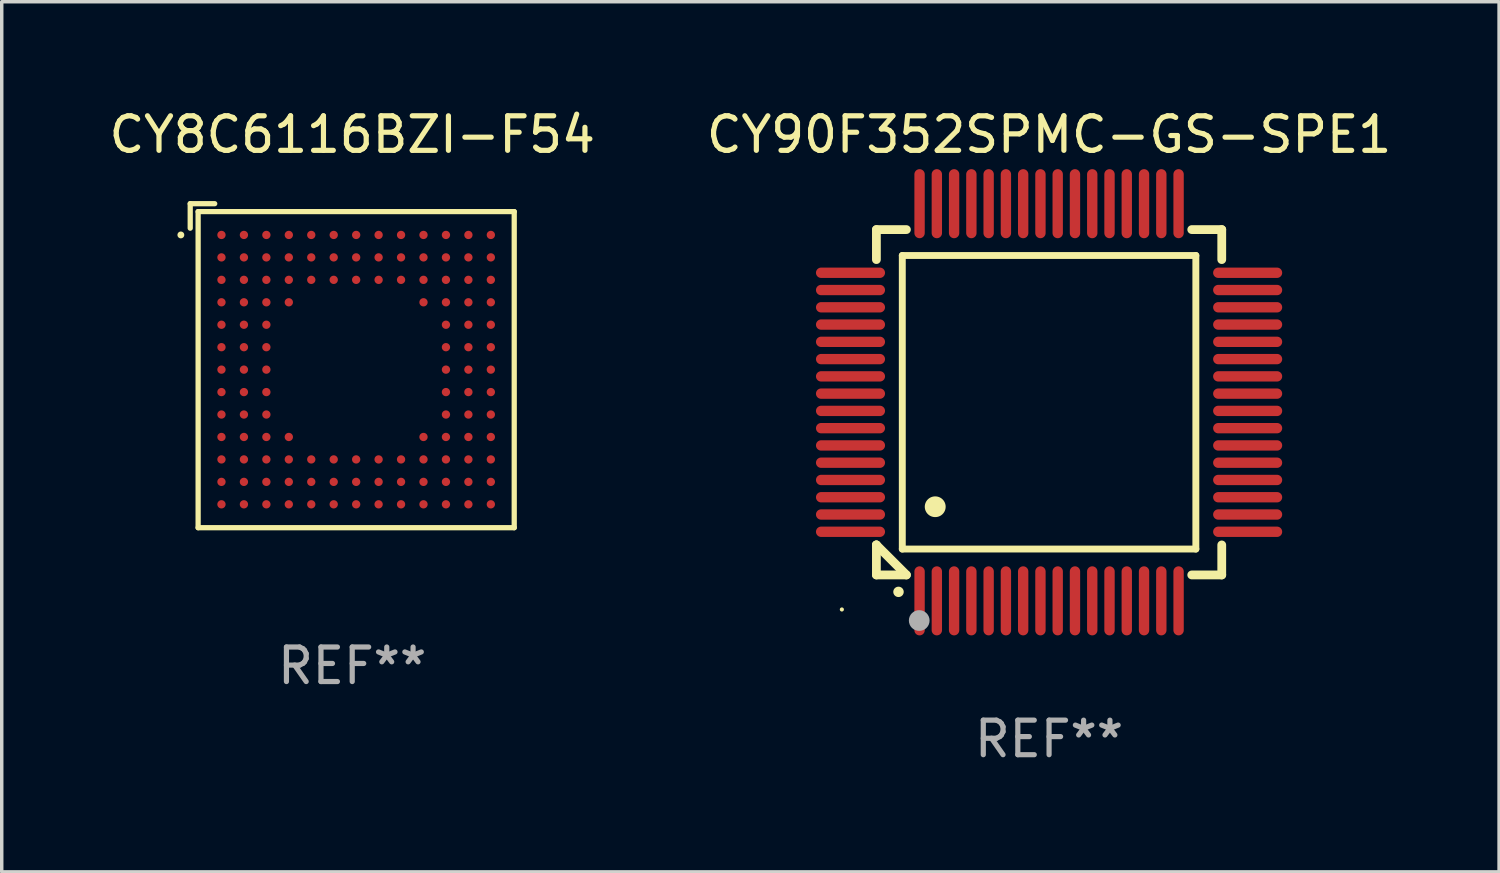
<source format=kicad_pcb>
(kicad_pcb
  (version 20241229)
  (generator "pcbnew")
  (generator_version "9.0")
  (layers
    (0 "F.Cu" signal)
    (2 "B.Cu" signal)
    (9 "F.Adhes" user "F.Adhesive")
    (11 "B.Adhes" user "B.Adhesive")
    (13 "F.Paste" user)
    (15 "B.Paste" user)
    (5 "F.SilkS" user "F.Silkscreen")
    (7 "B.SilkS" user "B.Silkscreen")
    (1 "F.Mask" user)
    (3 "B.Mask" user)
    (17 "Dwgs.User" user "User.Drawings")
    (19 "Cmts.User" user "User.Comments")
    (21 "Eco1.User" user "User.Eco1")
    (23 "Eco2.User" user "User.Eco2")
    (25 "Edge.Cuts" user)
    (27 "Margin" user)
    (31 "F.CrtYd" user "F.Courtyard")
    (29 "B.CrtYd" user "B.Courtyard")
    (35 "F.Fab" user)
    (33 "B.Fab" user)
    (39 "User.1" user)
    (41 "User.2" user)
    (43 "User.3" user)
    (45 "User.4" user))
  (footprint "CY90F352SPMC-GS-SPE1"
    (layer "F.Cu")
    (at 27.327 8.598)
    (property "Reference" "CY90F352SPMC-GS-SPE1" (at 0 -7.75 0) (layer "F.SilkS") (effects (font (size 1 1) (thickness 0.15))))
    (attr through_hole)
    (fp_line (start -5 -5) (end -4.131 -5) (stroke (width 0.254) (type solid)) (layer "F.SilkS"))
    (fp_line (start -5 -4.131) (end -5 -5) (stroke (width 0.254) (type solid)) (layer "F.SilkS"))
    (fp_line (start -5 4.131) (end -5 4.131) (stroke (width 0.254) (type solid)) (layer "F.SilkS"))
    (fp_line (start -5 5) (end -5 4.131) (stroke (width 0.254) (type solid)) (layer "F.SilkS"))
    (fp_line (start -5 4.131) (end -4.131 5) (stroke (width 0.254) (type solid)) (layer "F.SilkS"))
    (fp_line (start -4.25 -4.25) (end -4.25 4.25) (stroke (width 0.2) (type solid)) (layer "F.SilkS"))
    (fp_line (start -4.25 4.25) (end 4.25 4.25) (stroke (width 0.2) (type solid)) (layer "F.SilkS"))
    (fp_line (start -4.131 5) (end -5 5) (stroke (width 0.254) (type solid)) (layer "F.SilkS"))
    (fp_line (start 4.25 -4.25) (end -4.25 -4.25) (stroke (width 0.2) (type solid)) (layer "F.SilkS"))
    (fp_line (start 4.25 4.25) (end 4.25 -4.25) (stroke (width 0.2) (type solid)) (layer "F.SilkS"))
    (fp_line (start 5 -5) (end 4.131 -5) (stroke (width 0.254) (type solid)) (layer "F.SilkS"))
    (fp_line (start 5 -5) (end 5 -4.131) (stroke (width 0.254) (type solid)) (layer "F.SilkS"))
    (fp_line (start 5 4.131) (end 5 5) (stroke (width 0.254) (type solid)) (layer "F.SilkS"))
    (fp_line (start 5 5) (end 4.131 5) (stroke (width 0.254) (type solid)) (layer "F.SilkS"))
    (fp_arc (start -4.361265 5.489992) (mid -4.359995 5.489987) (end -4.358725 5.489992) (stroke (width 0.3) (type solid)) (layer "F.SilkS"))
    (fp_arc (start -3.299467 3.025146) (mid -3.296927 3.025135) (end -3.294387 3.025146) (stroke (width 0.6) (type solid)) (layer "F.SilkS"))
    (fp_circle (center -6 6) (end -5.97 6) (stroke (width 0.06) (type solid)) (fill no) (layer "F.SilkS"))
    (fp_circle (center -3.76 6.32) (end -3.61 6.32) (stroke (width 0.3) (type solid)) (fill no) (layer "F.Fab"))
    (fp_text user "REF**" (at 0 9.75 0) (layer "F.Fab") (effects (font (size 1 1) (thickness 0.15))))
    (pad "1" smd oval (at -3.75 5.75) (size 0.3 2) (layers "F.Cu" "F.Mask" "F.Paste"))
    (pad "2" smd oval (at -3.25 5.75) (size 0.3 2) (layers "F.Cu" "F.Mask" "F.Paste"))
    (pad "3" smd oval (at -2.75 5.75) (size 0.3 2) (layers "F.Cu" "F.Mask" "F.Paste"))
    (pad "4" smd oval (at -2.25 5.75) (size 0.3 2) (layers "F.Cu" "F.Mask" "F.Paste"))
    (pad "5" smd oval (at -1.75 5.75) (size 0.3 2) (layers "F.Cu" "F.Mask" "F.Paste"))
    (pad "6" smd oval (at -1.25 5.75) (size 0.3 2) (layers "F.Cu" "F.Mask" "F.Paste"))
    (pad "7" smd oval (at -0.75 5.75) (size 0.3 2) (layers "F.Cu" "F.Mask" "F.Paste"))
    (pad "8" smd oval (at -0.25 5.75) (size 0.3 2) (layers "F.Cu" "F.Mask" "F.Paste"))
    (pad "9" smd oval (at 0.25 5.75) (size 0.3 2) (layers "F.Cu" "F.Mask" "F.Paste"))
    (pad "10" smd oval (at 0.75 5.75) (size 0.3 2) (layers "F.Cu" "F.Mask" "F.Paste"))
    (pad "11" smd oval (at 1.25 5.75) (size 0.3 2) (layers "F.Cu" "F.Mask" "F.Paste"))
    (pad "12" smd oval (at 1.75 5.75) (size 0.3 2) (layers "F.Cu" "F.Mask" "F.Paste"))
    (pad "13" smd oval (at 2.25 5.75) (size 0.3 2) (layers "F.Cu" "F.Mask" "F.Paste"))
    (pad "14" smd oval (at 2.75 5.75) (size 0.3 2) (layers "F.Cu" "F.Mask" "F.Paste"))
    (pad "15" smd oval (at 3.25 5.75) (size 0.3 2) (layers "F.Cu" "F.Mask" "F.Paste"))
    (pad "16" smd oval (at 3.75 5.75) (size 0.3 2) (layers "F.Cu" "F.Mask" "F.Paste"))
    (pad "17" smd oval (at 5.75 3.75) (size 2 0.3) (layers "F.Cu" "F.Mask" "F.Paste"))
    (pad "18" smd oval (at 5.75 3.25) (size 2 0.3) (layers "F.Cu" "F.Mask" "F.Paste"))
    (pad "19" smd oval (at 5.75 2.75) (size 2 0.3) (layers "F.Cu" "F.Mask" "F.Paste"))
    (pad "20" smd oval (at 5.75 2.25) (size 2 0.3) (layers "F.Cu" "F.Mask" "F.Paste"))
    (pad "21" smd oval (at 5.75 1.75) (size 2 0.3) (layers "F.Cu" "F.Mask" "F.Paste"))
    (pad "22" smd oval (at 5.75 1.25) (size 2 0.3) (layers "F.Cu" "F.Mask" "F.Paste"))
    (pad "23" smd oval (at 5.75 0.75) (size 2 0.3) (layers "F.Cu" "F.Mask" "F.Paste"))
    (pad "24" smd oval (at 5.75 0.25) (size 2 0.3) (layers "F.Cu" "F.Mask" "F.Paste"))
    (pad "25" smd oval (at 5.75 -0.25) (size 2 0.3) (layers "F.Cu" "F.Mask" "F.Paste"))
    (pad "26" smd oval (at 5.75 -0.75) (size 2 0.3) (layers "F.Cu" "F.Mask" "F.Paste"))
    (pad "27" smd oval (at 5.75 -1.25) (size 2 0.3) (layers "F.Cu" "F.Mask" "F.Paste"))
    (pad "28" smd oval (at 5.75 -1.75) (size 2 0.3) (layers "F.Cu" "F.Mask" "F.Paste"))
    (pad "29" smd oval (at 5.75 -2.25) (size 2 0.3) (layers "F.Cu" "F.Mask" "F.Paste"))
    (pad "30" smd oval (at 5.75 -2.75) (size 2 0.3) (layers "F.Cu" "F.Mask" "F.Paste"))
    (pad "31" smd oval (at 5.75 -3.25) (size 2 0.3) (layers "F.Cu" "F.Mask" "F.Paste"))
    (pad "32" smd oval (at 5.75 -3.75) (size 2 0.3) (layers "F.Cu" "F.Mask" "F.Paste"))
    (pad "33" smd oval (at 3.75 -5.75) (size 0.3 2) (layers "F.Cu" "F.Mask" "F.Paste"))
    (pad "34" smd oval (at 3.25 -5.75) (size 0.3 2) (layers "F.Cu" "F.Mask" "F.Paste"))
    (pad "35" smd oval (at 2.75 -5.75) (size 0.3 2) (layers "F.Cu" "F.Mask" "F.Paste"))
    (pad "36" smd oval (at 2.25 -5.75) (size 0.3 2) (layers "F.Cu" "F.Mask" "F.Paste"))
    (pad "37" smd oval (at 1.75 -5.75) (size 0.3 2) (layers "F.Cu" "F.Mask" "F.Paste"))
    (pad "38" smd oval (at 1.25 -5.75) (size 0.3 2) (layers "F.Cu" "F.Mask" "F.Paste"))
    (pad "39" smd oval (at 0.75 -5.75) (size 0.3 2) (layers "F.Cu" "F.Mask" "F.Paste"))
    (pad "40" smd oval (at 0.25 -5.75) (size 0.3 2) (layers "F.Cu" "F.Mask" "F.Paste"))
    (pad "41" smd oval (at -0.25 -5.75) (size 0.3 2) (layers "F.Cu" "F.Mask" "F.Paste"))
    (pad "42" smd oval (at -0.75 -5.75) (size 0.3 2) (layers "F.Cu" "F.Mask" "F.Paste"))
    (pad "43" smd oval (at -1.25 -5.75) (size 0.3 2) (layers "F.Cu" "F.Mask" "F.Paste"))
    (pad "44" smd oval (at -1.75 -5.75) (size 0.3 2) (layers "F.Cu" "F.Mask" "F.Paste"))
    (pad "45" smd oval (at -2.25 -5.75) (size 0.3 2) (layers "F.Cu" "F.Mask" "F.Paste"))
    (pad "46" smd oval (at -2.75 -5.75) (size 0.3 2) (layers "F.Cu" "F.Mask" "F.Paste"))
    (pad "47" smd oval (at -3.25 -5.75) (size 0.3 2) (layers "F.Cu" "F.Mask" "F.Paste"))
    (pad "48" smd oval (at -3.75 -5.75) (size 0.3 2) (layers "F.Cu" "F.Mask" "F.Paste"))
    (pad "49" smd oval (at -5.75 -3.75) (size 2 0.3) (layers "F.Cu" "F.Mask" "F.Paste"))
    (pad "50" smd oval (at -5.75 -3.25) (size 2 0.3) (layers "F.Cu" "F.Mask" "F.Paste"))
    (pad "51" smd oval (at -5.75 -2.75) (size 2 0.3) (layers "F.Cu" "F.Mask" "F.Paste"))
    (pad "52" smd oval (at -5.75 -2.25) (size 2 0.3) (layers "F.Cu" "F.Mask" "F.Paste"))
    (pad "53" smd oval (at -5.75 -1.75) (size 2 0.3) (layers "F.Cu" "F.Mask" "F.Paste"))
    (pad "54" smd oval (at -5.75 -1.25) (size 2 0.3) (layers "F.Cu" "F.Mask" "F.Paste"))
    (pad "55" smd oval (at -5.75 -0.75) (size 2 0.3) (layers "F.Cu" "F.Mask" "F.Paste"))
    (pad "56" smd oval (at -5.75 -0.25) (size 2 0.3) (layers "F.Cu" "F.Mask" "F.Paste"))
    (pad "57" smd oval (at -5.75 0.25) (size 2 0.3) (layers "F.Cu" "F.Mask" "F.Paste"))
    (pad "58" smd oval (at -5.75 0.75) (size 2 0.3) (layers "F.Cu" "F.Mask" "F.Paste"))
    (pad "59" smd oval (at -5.75 1.25) (size 2 0.3) (layers "F.Cu" "F.Mask" "F.Paste"))
    (pad "60" smd oval (at -5.75 1.75) (size 2 0.3) (layers "F.Cu" "F.Mask" "F.Paste"))
    (pad "61" smd oval (at -5.75 2.25) (size 2 0.3) (layers "F.Cu" "F.Mask" "F.Paste"))
    (pad "62" smd oval (at -5.75 2.75) (size 2 0.3) (layers "F.Cu" "F.Mask" "F.Paste"))
    (pad "63" smd oval (at -5.75 3.25) (size 2 0.3) (layers "F.Cu" "F.Mask" "F.Paste"))
    (pad "64" smd oval (at -5.75 3.75) (size 2 0.3) (layers "F.Cu" "F.Mask" "F.Paste")))
  (footprint "CY8C6116BZI-F54"
    (layer "F.Cu")
    (at 7.149 7.539)
    (property "Reference" "CY8C6116BZI-F54" (at 0 -6.691 0) (layer "F.SilkS") (effects (font (size 1 1) (thickness 0.15))))
    (attr through_hole)
    (fp_line (start -4.691 -4.691) (end -3.982 -4.691) (stroke (width 0.152) (type solid)) (layer "F.SilkS"))
    (fp_line (start -4.691 -3.982) (end -4.691 -4.691) (stroke (width 0.152) (type solid)) (layer "F.SilkS"))
    (fp_line (start -4.462 -4.462) (end 4.691 -4.462) (stroke (width 0.152) (type solid)) (layer "F.SilkS"))
    (fp_line (start -4.462 4.691) (end -4.462 -4.462) (stroke (width 0.152) (type solid)) (layer "F.SilkS"))
    (fp_line (start 4.691 -4.462) (end 4.691 4.691) (stroke (width 0.152) (type solid)) (layer "F.SilkS"))
    (fp_line (start 4.691 4.691) (end -4.462 4.691) (stroke (width 0.152) (type solid)) (layer "F.SilkS"))
    (fp_circle (center -4.962 -3.786) (end -4.912 -3.786) (stroke (width 0.1) (type solid)) (fill no) (layer "F.SilkS"))
    (fp_text user "REF**" (at 0 8.691 0) (layer "F.Fab") (effects (font (size 1 1) (thickness 0.15))))
    (pad "A1" smd circle (at -3.786 -3.786) (size 0.24 0.24) (layers "F.Cu" "F.Mask" "F.Paste"))
    (pad "A2" smd circle (at -3.136 -3.786) (size 0.24 0.24) (layers "F.Cu" "F.Mask" "F.Paste"))
    (pad "A3" smd circle (at -2.486 -3.786) (size 0.24 0.24) (layers "F.Cu" "F.Mask" "F.Paste"))
    (pad "A4" smd circle (at -1.836 -3.786) (size 0.24 0.24) (layers "F.Cu" "F.Mask" "F.Paste"))
    (pad "A5" smd circle (at -1.186 -3.786) (size 0.24 0.24) (layers "F.Cu" "F.Mask" "F.Paste"))
    (pad "A6" smd circle (at -0.536 -3.786) (size 0.24 0.24) (layers "F.Cu" "F.Mask" "F.Paste"))
    (pad "A7" smd circle (at 0.114 -3.786) (size 0.24 0.24) (layers "F.Cu" "F.Mask" "F.Paste"))
    (pad "A8" smd circle (at 0.764 -3.786) (size 0.24 0.24) (layers "F.Cu" "F.Mask" "F.Paste"))
    (pad "A9" smd circle (at 1.414 -3.786) (size 0.24 0.24) (layers "F.Cu" "F.Mask" "F.Paste"))
    (pad "A10" smd circle (at 2.064 -3.786) (size 0.24 0.24) (layers "F.Cu" "F.Mask" "F.Paste"))
    (pad "A11" smd circle (at 2.714 -3.786) (size 0.24 0.24) (layers "F.Cu" "F.Mask" "F.Paste"))
    (pad "A12" smd circle (at 3.364 -3.786) (size 0.24 0.24) (layers "F.Cu" "F.Mask" "F.Paste"))
    (pad "A13" smd circle (at 4.014 -3.786) (size 0.24 0.24) (layers "F.Cu" "F.Mask" "F.Paste"))
    (pad "B1" smd circle (at -3.786 -3.136) (size 0.24 0.24) (layers "F.Cu" "F.Mask" "F.Paste"))
    (pad "B2" smd circle (at -3.136 -3.136) (size 0.24 0.24) (layers "F.Cu" "F.Mask" "F.Paste"))
    (pad "B3" smd circle (at -2.486 -3.136) (size 0.24 0.24) (layers "F.Cu" "F.Mask" "F.Paste"))
    (pad "B4" smd circle (at -1.836 -3.136) (size 0.24 0.24) (layers "F.Cu" "F.Mask" "F.Paste"))
    (pad "B5" smd circle (at -1.186 -3.136) (size 0.24 0.24) (layers "F.Cu" "F.Mask" "F.Paste"))
    (pad "B6" smd circle (at -0.536 -3.136) (size 0.24 0.24) (layers "F.Cu" "F.Mask" "F.Paste"))
    (pad "B7" smd circle (at 0.114 -3.136) (size 0.24 0.24) (layers "F.Cu" "F.Mask" "F.Paste"))
    (pad "B8" smd circle (at 0.764 -3.136) (size 0.24 0.24) (layers "F.Cu" "F.Mask" "F.Paste"))
    (pad "B9" smd circle (at 1.414 -3.136) (size 0.24 0.24) (layers "F.Cu" "F.Mask" "F.Paste"))
    (pad "B10" smd circle (at 2.064 -3.136) (size 0.24 0.24) (layers "F.Cu" "F.Mask" "F.Paste"))
    (pad "B11" smd circle (at 2.714 -3.136) (size 0.24 0.24) (layers "F.Cu" "F.Mask" "F.Paste"))
    (pad "B12" smd circle (at 3.364 -3.136) (size 0.24 0.24) (layers "F.Cu" "F.Mask" "F.Paste"))
    (pad "B13" smd circle (at 4.014 -3.136) (size 0.24 0.24) (layers "F.Cu" "F.Mask" "F.Paste"))
    (pad "C1" smd circle (at -3.786 -2.486) (size 0.24 0.24) (layers "F.Cu" "F.Mask" "F.Paste"))
    (pad "C2" smd circle (at -3.136 -2.486) (size 0.24 0.24) (layers "F.Cu" "F.Mask" "F.Paste"))
    (pad "C3" smd circle (at -2.486 -2.486) (size 0.24 0.24) (layers "F.Cu" "F.Mask" "F.Paste"))
    (pad "C4" smd circle (at -1.836 -2.486) (size 0.24 0.24) (layers "F.Cu" "F.Mask" "F.Paste"))
    (pad "C5" smd circle (at -1.186 -2.486) (size 0.24 0.24) (layers "F.Cu" "F.Mask" "F.Paste"))
    (pad "C6" smd circle (at -0.536 -2.486) (size 0.24 0.24) (layers "F.Cu" "F.Mask" "F.Paste"))
    (pad "C7" smd circle (at 0.114 -2.486) (size 0.24 0.24) (layers "F.Cu" "F.Mask" "F.Paste"))
    (pad "C8" smd circle (at 0.764 -2.486) (size 0.24 0.24) (layers "F.Cu" "F.Mask" "F.Paste"))
    (pad "C9" smd circle (at 1.414 -2.486) (size 0.24 0.24) (layers "F.Cu" "F.Mask" "F.Paste"))
    (pad "C10" smd circle (at 2.064 -2.486) (size 0.24 0.24) (layers "F.Cu" "F.Mask" "F.Paste"))
    (pad "C11" smd circle (at 2.714 -2.486) (size 0.24 0.24) (layers "F.Cu" "F.Mask" "F.Paste"))
    (pad "C12" smd circle (at 3.364 -2.486) (size 0.24 0.24) (layers "F.Cu" "F.Mask" "F.Paste"))
    (pad "C13" smd circle (at 4.014 -2.486) (size 0.24 0.24) (layers "F.Cu" "F.Mask" "F.Paste"))
    (pad "D1" smd circle (at -3.786 -1.836) (size 0.24 0.24) (layers "F.Cu" "F.Mask" "F.Paste"))
    (pad "D2" smd circle (at -3.136 -1.836) (size 0.24 0.24) (layers "F.Cu" "F.Mask" "F.Paste"))
    (pad "D3" smd circle (at -2.486 -1.836) (size 0.24 0.24) (layers "F.Cu" "F.Mask" "F.Paste"))
    (pad "D4" smd circle (at -1.836 -1.836) (size 0.24 0.24) (layers "F.Cu" "F.Mask" "F.Paste"))
    (pad "D10" smd circle (at 2.064 -1.836) (size 0.24 0.24) (layers "F.Cu" "F.Mask" "F.Paste"))
    (pad "D11" smd circle (at 2.714 -1.836) (size 0.24 0.24) (layers "F.Cu" "F.Mask" "F.Paste"))
    (pad "D12" smd circle (at 3.364 -1.836) (size 0.24 0.24) (layers "F.Cu" "F.Mask" "F.Paste"))
    (pad "D13" smd circle (at 4.014 -1.836) (size 0.24 0.24) (layers "F.Cu" "F.Mask" "F.Paste"))
    (pad "E1" smd circle (at -3.786 -1.186) (size 0.24 0.24) (layers "F.Cu" "F.Mask" "F.Paste"))
    (pad "E2" smd circle (at -3.136 -1.186) (size 0.24 0.24) (layers "F.Cu" "F.Mask" "F.Paste"))
    (pad "E3" smd circle (at -2.486 -1.186) (size 0.24 0.24) (layers "F.Cu" "F.Mask" "F.Paste"))
    (pad "E11" smd circle (at 2.714 -1.186) (size 0.24 0.24) (layers "F.Cu" "F.Mask" "F.Paste"))
    (pad "E12" smd circle (at 3.364 -1.186) (size 0.24 0.24) (layers "F.Cu" "F.Mask" "F.Paste"))
    (pad "E13" smd circle (at 4.014 -1.186) (size 0.24 0.24) (layers "F.Cu" "F.Mask" "F.Paste"))
    (pad "F1" smd circle (at -3.786 -0.536) (size 0.24 0.24) (layers "F.Cu" "F.Mask" "F.Paste"))
    (pad "F2" smd circle (at -3.136 -0.536) (size 0.24 0.24) (layers "F.Cu" "F.Mask" "F.Paste"))
    (pad "F3" smd circle (at -2.486 -0.536) (size 0.24 0.24) (layers "F.Cu" "F.Mask" "F.Paste"))
    (pad "F11" smd circle (at 2.714 -0.536) (size 0.24 0.24) (layers "F.Cu" "F.Mask" "F.Paste"))
    (pad "F12" smd circle (at 3.364 -0.536) (size 0.24 0.24) (layers "F.Cu" "F.Mask" "F.Paste"))
    (pad "F13" smd circle (at 4.014 -0.536) (size 0.24 0.24) (layers "F.Cu" "F.Mask" "F.Paste"))
    (pad "G1" smd circle (at -3.786 0.114) (size 0.24 0.24) (layers "F.Cu" "F.Mask" "F.Paste"))
    (pad "G2" smd circle (at -3.136 0.114) (size 0.24 0.24) (layers "F.Cu" "F.Mask" "F.Paste"))
    (pad "G3" smd circle (at -2.486 0.114) (size 0.24 0.24) (layers "F.Cu" "F.Mask" "F.Paste"))
    (pad "G11" smd circle (at 2.714 0.114) (size 0.24 0.24) (layers "F.Cu" "F.Mask" "F.Paste"))
    (pad "G12" smd circle (at 3.364 0.114) (size 0.24 0.24) (layers "F.Cu" "F.Mask" "F.Paste"))
    (pad "G13" smd circle (at 4.014 0.114) (size 0.24 0.24) (layers "F.Cu" "F.Mask" "F.Paste"))
    (pad "H1" smd circle (at -3.786 0.764) (size 0.24 0.24) (layers "F.Cu" "F.Mask" "F.Paste"))
    (pad "H2" smd circle (at -3.136 0.764) (size 0.24 0.24) (layers "F.Cu" "F.Mask" "F.Paste"))
    (pad "H3" smd circle (at -2.486 0.764) (size 0.24 0.24) (layers "F.Cu" "F.Mask" "F.Paste"))
    (pad "H11" smd circle (at 2.714 0.764) (size 0.24 0.24) (layers "F.Cu" "F.Mask" "F.Paste"))
    (pad "H12" smd circle (at 3.364 0.764) (size 0.24 0.24) (layers "F.Cu" "F.Mask" "F.Paste"))
    (pad "H13" smd circle (at 4.014 0.764) (size 0.24 0.24) (layers "F.Cu" "F.Mask" "F.Paste"))
    (pad "J1" smd circle (at -3.786 1.414) (size 0.24 0.24) (layers "F.Cu" "F.Mask" "F.Paste"))
    (pad "J2" smd circle (at -3.136 1.414) (size 0.24 0.24) (layers "F.Cu" "F.Mask" "F.Paste"))
    (pad "J3" smd circle (at -2.486 1.414) (size 0.24 0.24) (layers "F.Cu" "F.Mask" "F.Paste"))
    (pad "J11" smd circle (at 2.714 1.414) (size 0.24 0.24) (layers "F.Cu" "F.Mask" "F.Paste"))
    (pad "J12" smd circle (at 3.364 1.414) (size 0.24 0.24) (layers "F.Cu" "F.Mask" "F.Paste"))
    (pad "J13" smd circle (at 4.014 1.414) (size 0.24 0.24) (layers "F.Cu" "F.Mask" "F.Paste"))
    (pad "K1" smd circle (at -3.786 2.064) (size 0.24 0.24) (layers "F.Cu" "F.Mask" "F.Paste"))
    (pad "K2" smd circle (at -3.136 2.064) (size 0.24 0.24) (layers "F.Cu" "F.Mask" "F.Paste"))
    (pad "K3" smd circle (at -2.486 2.064) (size 0.24 0.24) (layers "F.Cu" "F.Mask" "F.Paste"))
    (pad "K4" smd circle (at -1.836 2.064) (size 0.24 0.24) (layers "F.Cu" "F.Mask" "F.Paste"))
    (pad "K10" smd circle (at 2.064 2.064) (size 0.24 0.24) (layers "F.Cu" "F.Mask" "F.Paste"))
    (pad "K11" smd circle (at 2.714 2.064) (size 0.24 0.24) (layers "F.Cu" "F.Mask" "F.Paste"))
    (pad "K12" smd circle (at 3.364 2.064) (size 0.24 0.24) (layers "F.Cu" "F.Mask" "F.Paste"))
    (pad "K13" smd circle (at 4.014 2.064) (size 0.24 0.24) (layers "F.Cu" "F.Mask" "F.Paste"))
    (pad "L1" smd circle (at -3.786 2.714) (size 0.24 0.24) (layers "F.Cu" "F.Mask" "F.Paste"))
    (pad "L2" smd circle (at -3.136 2.714) (size 0.24 0.24) (layers "F.Cu" "F.Mask" "F.Paste"))
    (pad "L3" smd circle (at -2.486 2.714) (size 0.24 0.24) (layers "F.Cu" "F.Mask" "F.Paste"))
    (pad "L4" smd circle (at -1.836 2.714) (size 0.24 0.24) (layers "F.Cu" "F.Mask" "F.Paste"))
    (pad "L5" smd circle (at -1.186 2.714) (size 0.24 0.24) (layers "F.Cu" "F.Mask" "F.Paste"))
    (pad "L6" smd circle (at -0.536 2.714) (size 0.24 0.24) (layers "F.Cu" "F.Mask" "F.Paste"))
    (pad "L7" smd circle (at 0.114 2.714) (size 0.24 0.24) (layers "F.Cu" "F.Mask" "F.Paste"))
    (pad "L8" smd circle (at 0.764 2.714) (size 0.24 0.24) (layers "F.Cu" "F.Mask" "F.Paste"))
    (pad "L9" smd circle (at 1.414 2.714) (size 0.24 0.24) (layers "F.Cu" "F.Mask" "F.Paste"))
    (pad "L10" smd circle (at 2.064 2.714) (size 0.24 0.24) (layers "F.Cu" "F.Mask" "F.Paste"))
    (pad "L11" smd circle (at 2.714 2.714) (size 0.24 0.24) (layers "F.Cu" "F.Mask" "F.Paste"))
    (pad "L12" smd circle (at 3.364 2.714) (size 0.24 0.24) (layers "F.Cu" "F.Mask" "F.Paste"))
    (pad "L13" smd circle (at 4.014 2.714) (size 0.24 0.24) (layers "F.Cu" "F.Mask" "F.Paste"))
    (pad "M1" smd circle (at -3.786 3.364) (size 0.24 0.24) (layers "F.Cu" "F.Mask" "F.Paste"))
    (pad "M2" smd circle (at -3.136 3.364) (size 0.24 0.24) (layers "F.Cu" "F.Mask" "F.Paste"))
    (pad "M3" smd circle (at -2.486 3.364) (size 0.24 0.24) (layers "F.Cu" "F.Mask" "F.Paste"))
    (pad "M4" smd circle (at -1.836 3.364) (size 0.24 0.24) (layers "F.Cu" "F.Mask" "F.Paste"))
    (pad "M5" smd circle (at -1.186 3.364) (size 0.24 0.24) (layers "F.Cu" "F.Mask" "F.Paste"))
    (pad "M6" smd circle (at -0.536 3.364) (size 0.24 0.24) (layers "F.Cu" "F.Mask" "F.Paste"))
    (pad "M7" smd circle (at 0.114 3.364) (size 0.24 0.24) (layers "F.Cu" "F.Mask" "F.Paste"))
    (pad "M8" smd circle (at 0.764 3.364) (size 0.24 0.24) (layers "F.Cu" "F.Mask" "F.Paste"))
    (pad "M9" smd circle (at 1.414 3.364) (size 0.24 0.24) (layers "F.Cu" "F.Mask" "F.Paste"))
    (pad "M10" smd circle (at 2.064 3.364) (size 0.24 0.24) (layers "F.Cu" "F.Mask" "F.Paste"))
    (pad "M11" smd circle (at 2.714 3.364) (size 0.24 0.24) (layers "F.Cu" "F.Mask" "F.Paste"))
    (pad "M12" smd circle (at 3.364 3.364) (size 0.24 0.24) (layers "F.Cu" "F.Mask" "F.Paste"))
    (pad "M13" smd circle (at 4.014 3.364) (size 0.24 0.24) (layers "F.Cu" "F.Mask" "F.Paste"))
    (pad "N1" smd circle (at -3.786 4.014) (size 0.24 0.24) (layers "F.Cu" "F.Mask" "F.Paste"))
    (pad "N2" smd circle (at -3.136 4.014) (size 0.24 0.24) (layers "F.Cu" "F.Mask" "F.Paste"))
    (pad "N3" smd circle (at -2.486 4.014) (size 0.24 0.24) (layers "F.Cu" "F.Mask" "F.Paste"))
    (pad "N4" smd circle (at -1.836 4.014) (size 0.24 0.24) (layers "F.Cu" "F.Mask" "F.Paste"))
    (pad "N5" smd circle (at -1.186 4.014) (size 0.24 0.24) (layers "F.Cu" "F.Mask" "F.Paste"))
    (pad "N6" smd circle (at -0.536 4.014) (size 0.24 0.24) (layers "F.Cu" "F.Mask" "F.Paste"))
    (pad "N7" smd circle (at 0.114 4.014) (size 0.24 0.24) (layers "F.Cu" "F.Mask" "F.Paste"))
    (pad "N8" smd circle (at 0.764 4.014) (size 0.24 0.24) (layers "F.Cu" "F.Mask" "F.Paste"))
    (pad "N9" smd circle (at 1.414 4.014) (size 0.24 0.24) (layers "F.Cu" "F.Mask" "F.Paste"))
    (pad "N10" smd circle (at 2.064 4.014) (size 0.24 0.24) (layers "F.Cu" "F.Mask" "F.Paste"))
    (pad "N11" smd circle (at 2.714 4.014) (size 0.24 0.24) (layers "F.Cu" "F.Mask" "F.Paste"))
    (pad "N12" smd circle (at 3.364 4.014) (size 0.24 0.24) (layers "F.Cu" "F.Mask" "F.Paste"))
    (pad "N13" smd circle (at 4.014 4.014) (size 0.24 0.24) (layers "F.Cu" "F.Mask" "F.Paste")))
  (gr_rect
    (start -3 -3)
    (end 40.357 22.196)
    (stroke (width 0.1) (type default))
    (fill no)
    (layer "Edge.Cuts")))
</source>
